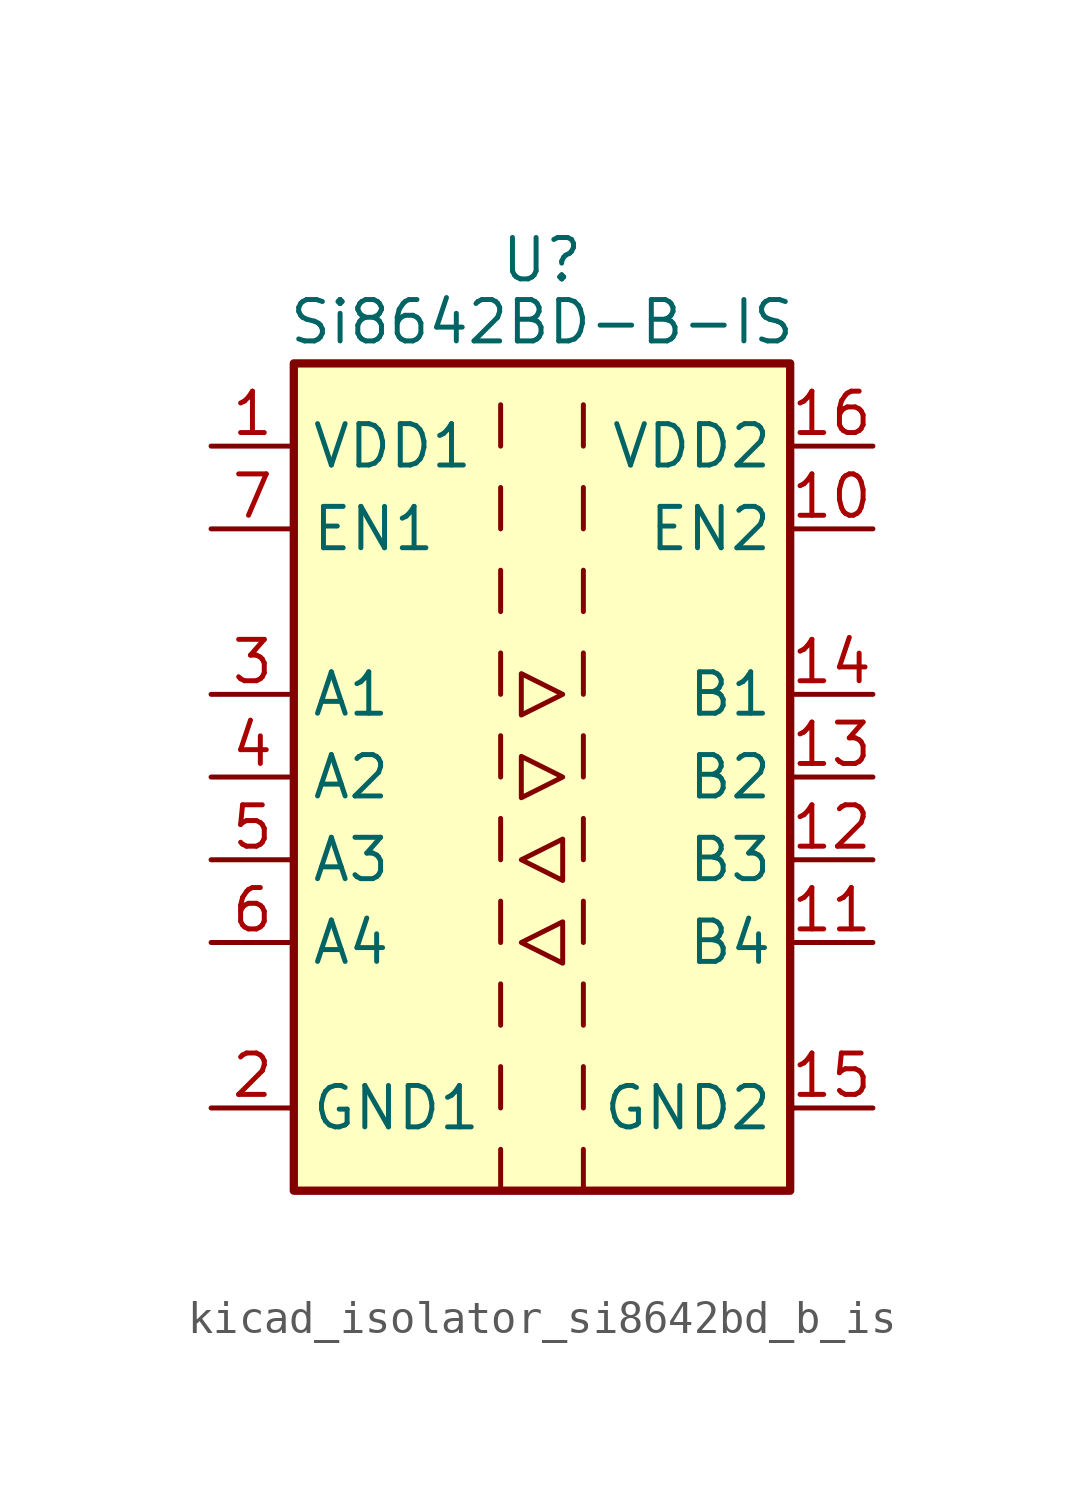
<source format=kicad_sym>
(kicad_symbol_lib
  (version 20220914)
  (generator kicad_symbol_editor)
  (symbol "kicad_isolator_si8642bd_b_is"
    (property "Reference" "U"
      (at 0 15.875 0)
      (effects (font (size 1.27 1.27))))
    (property "Value" "Si8642BD-B-IS"
      (at 0 13.97 0)
      (effects (font (size 1.27 1.27))))
    (symbol "kicad_isolator_si8642bd_b_is_0_1"
      (rectangle (start -7.62 12.7) (end 7.62 -12.7) (stroke (width 0.254) (type default)) (fill (type background)))
      (polyline (pts (xy -1.27 -11.43) (xy -1.27 -12.7)) (stroke (width 0) (type default)) (fill (type none)))
      (polyline (pts (xy -1.27 -8.89) (xy -1.27 -10.16)) (stroke (width 0) (type default)) (fill (type none)))
      (polyline (pts (xy -1.27 -6.35) (xy -1.27 -7.62)) (stroke (width 0) (type default)) (fill (type none)))
      (polyline (pts (xy -1.27 -3.81) (xy -1.27 -5.08)) (stroke (width 0) (type default)) (fill (type none)))
      (polyline (pts (xy -1.27 -1.27) (xy -1.27 -2.54)) (stroke (width 0) (type default)) (fill (type none)))
      (polyline (pts (xy -1.27 1.27) (xy -1.27 0)) (stroke (width 0) (type default)) (fill (type none)))
      (polyline (pts (xy -1.27 3.81) (xy -1.27 2.54)) (stroke (width 0) (type default)) (fill (type none)))
      (polyline (pts (xy -1.27 6.35) (xy -1.27 5.08)) (stroke (width 0) (type default)) (fill (type none)))
      (polyline (pts (xy -1.27 8.89) (xy -1.27 7.62)) (stroke (width 0) (type default)) (fill (type none)))
      (polyline (pts (xy -1.27 11.43) (xy -1.27 10.16)) (stroke (width 0) (type default)) (fill (type none)))
      (polyline (pts (xy 1.27 -11.43) (xy 1.27 -12.7)) (stroke (width 0) (type default)) (fill (type none)))
      (polyline (pts (xy 1.27 -8.89) (xy 1.27 -10.16)) (stroke (width 0) (type default)) (fill (type none)))
      (polyline (pts (xy 1.27 -6.35) (xy 1.27 -7.62)) (stroke (width 0) (type default)) (fill (type none)))
      (polyline (pts (xy 1.27 -3.81) (xy 1.27 -5.08)) (stroke (width 0) (type default)) (fill (type none)))
      (polyline (pts (xy 1.27 -1.27) (xy 1.27 -2.54)) (stroke (width 0) (type default)) (fill (type none)))
      (polyline (pts (xy 1.27 1.27) (xy 1.27 0)) (stroke (width 0) (type default)) (fill (type none)))
      (polyline (pts (xy 1.27 3.81) (xy 1.27 2.54)) (stroke (width 0) (type default)) (fill (type none)))
      (polyline (pts (xy 1.27 6.35) (xy 1.27 5.08)) (stroke (width 0) (type default)) (fill (type none)))
      (polyline (pts (xy 1.27 8.89) (xy 1.27 7.62)) (stroke (width 0) (type default)) (fill (type none)))
      (polyline (pts (xy 1.27 11.43) (xy 1.27 10.16)) (stroke (width 0) (type default)) (fill (type none)))
      (polyline (pts (xy -0.635 -5.08) (xy 0.635 -4.445) (xy 0.635 -5.715) (xy -0.635 -5.08)) (stroke (width 0) (type default)) (fill (type none)))
      (polyline (pts (xy -0.635 -2.54) (xy 0.635 -1.905) (xy 0.635 -3.175) (xy -0.635 -2.54)) (stroke (width 0) (type default)) (fill (type none)))
      (polyline (pts (xy -0.635 0.635) (xy -0.635 -0.635) (xy 0.635 0) (xy -0.635 0.635)) (stroke (width 0) (type default)) (fill (type none)))
      (polyline (pts (xy -0.635 3.175) (xy -0.635 1.905) (xy 0.635 2.54) (xy -0.635 3.175)) (stroke (width 0) (type default)) (fill (type none))))
    (symbol "kicad_isolator_si8642bd_b_is_1_1"
      (pin power_in line (at -10.16 10.16 0) (length 2.54) (name "VDD1" (effects (font (size 1.27 1.27)))) (number "1" (effects (font (size 1.27 1.27)))))
      (pin input line (at 10.16 7.62 180) (length 2.54) (name "EN2" (effects (font (size 1.27 1.27)))) (number "10" (effects (font (size 1.27 1.27)))))
      (pin input line (at 10.16 -5.08 180) (length 2.54) (name "B4" (effects (font (size 1.27 1.27)))) (number "11" (effects (font (size 1.27 1.27)))))
      (pin input line (at 10.16 -2.54 180) (length 2.54) (name "B3" (effects (font (size 1.27 1.27)))) (number "12" (effects (font (size 1.27 1.27)))))
      (pin output line (at 10.16 0 180) (length 2.54) (name "B2" (effects (font (size 1.27 1.27)))) (number "13" (effects (font (size 1.27 1.27)))))
      (pin output line (at 10.16 2.54 180) (length 2.54) (name "B1" (effects (font (size 1.27 1.27)))) (number "14" (effects (font (size 1.27 1.27)))))
      (pin power_in line (at 10.16 -10.16 180) (length 2.54) (name "GND2" (effects (font (size 1.27 1.27)))) (number "15" (effects (font (size 1.27 1.27)))))
      (pin power_in line (at 10.16 10.16 180) (length 2.54) (name "VDD2" (effects (font (size 1.27 1.27)))) (number "16" (effects (font (size 1.27 1.27)))))
      (pin power_in line (at -10.16 -10.16 0) (length 2.54) (name "GND1" (effects (font (size 1.27 1.27)))) (number "2" (effects (font (size 1.27 1.27)))))
      (pin input line (at -10.16 2.54 0) (length 2.54) (name "A1" (effects (font (size 1.27 1.27)))) (number "3" (effects (font (size 1.27 1.27)))))
      (pin input line (at -10.16 0 0) (length 2.54) (name "A2" (effects (font (size 1.27 1.27)))) (number "4" (effects (font (size 1.27 1.27)))))
      (pin output line (at -10.16 -2.54 0) (length 2.54) (name "A3" (effects (font (size 1.27 1.27)))) (number "5" (effects (font (size 1.27 1.27)))))
      (pin output line (at -10.16 -5.08 0) (length 2.54) (name "A4" (effects (font (size 1.27 1.27)))) (number "6" (effects (font (size 1.27 1.27)))))
      (pin input line (at -10.16 7.62 0) (length 2.54) (name "EN1" (effects (font (size 1.27 1.27)))) (number "7" (effects (font (size 1.27 1.27)))))
      (pin passive line (at -10.16 -10.16 0) (length 2.54) hide (name "GND1" (effects (font (size 1.27 1.27)))) (number "8" (effects (font (size 1.27 1.27)))))
      (pin passive line (at 10.16 -10.16 180) (length 2.54) hide (name "GND2" (effects (font (size 1.27 1.27)))) (number "9" (effects (font (size 1.27 1.27))))))))
</source>
